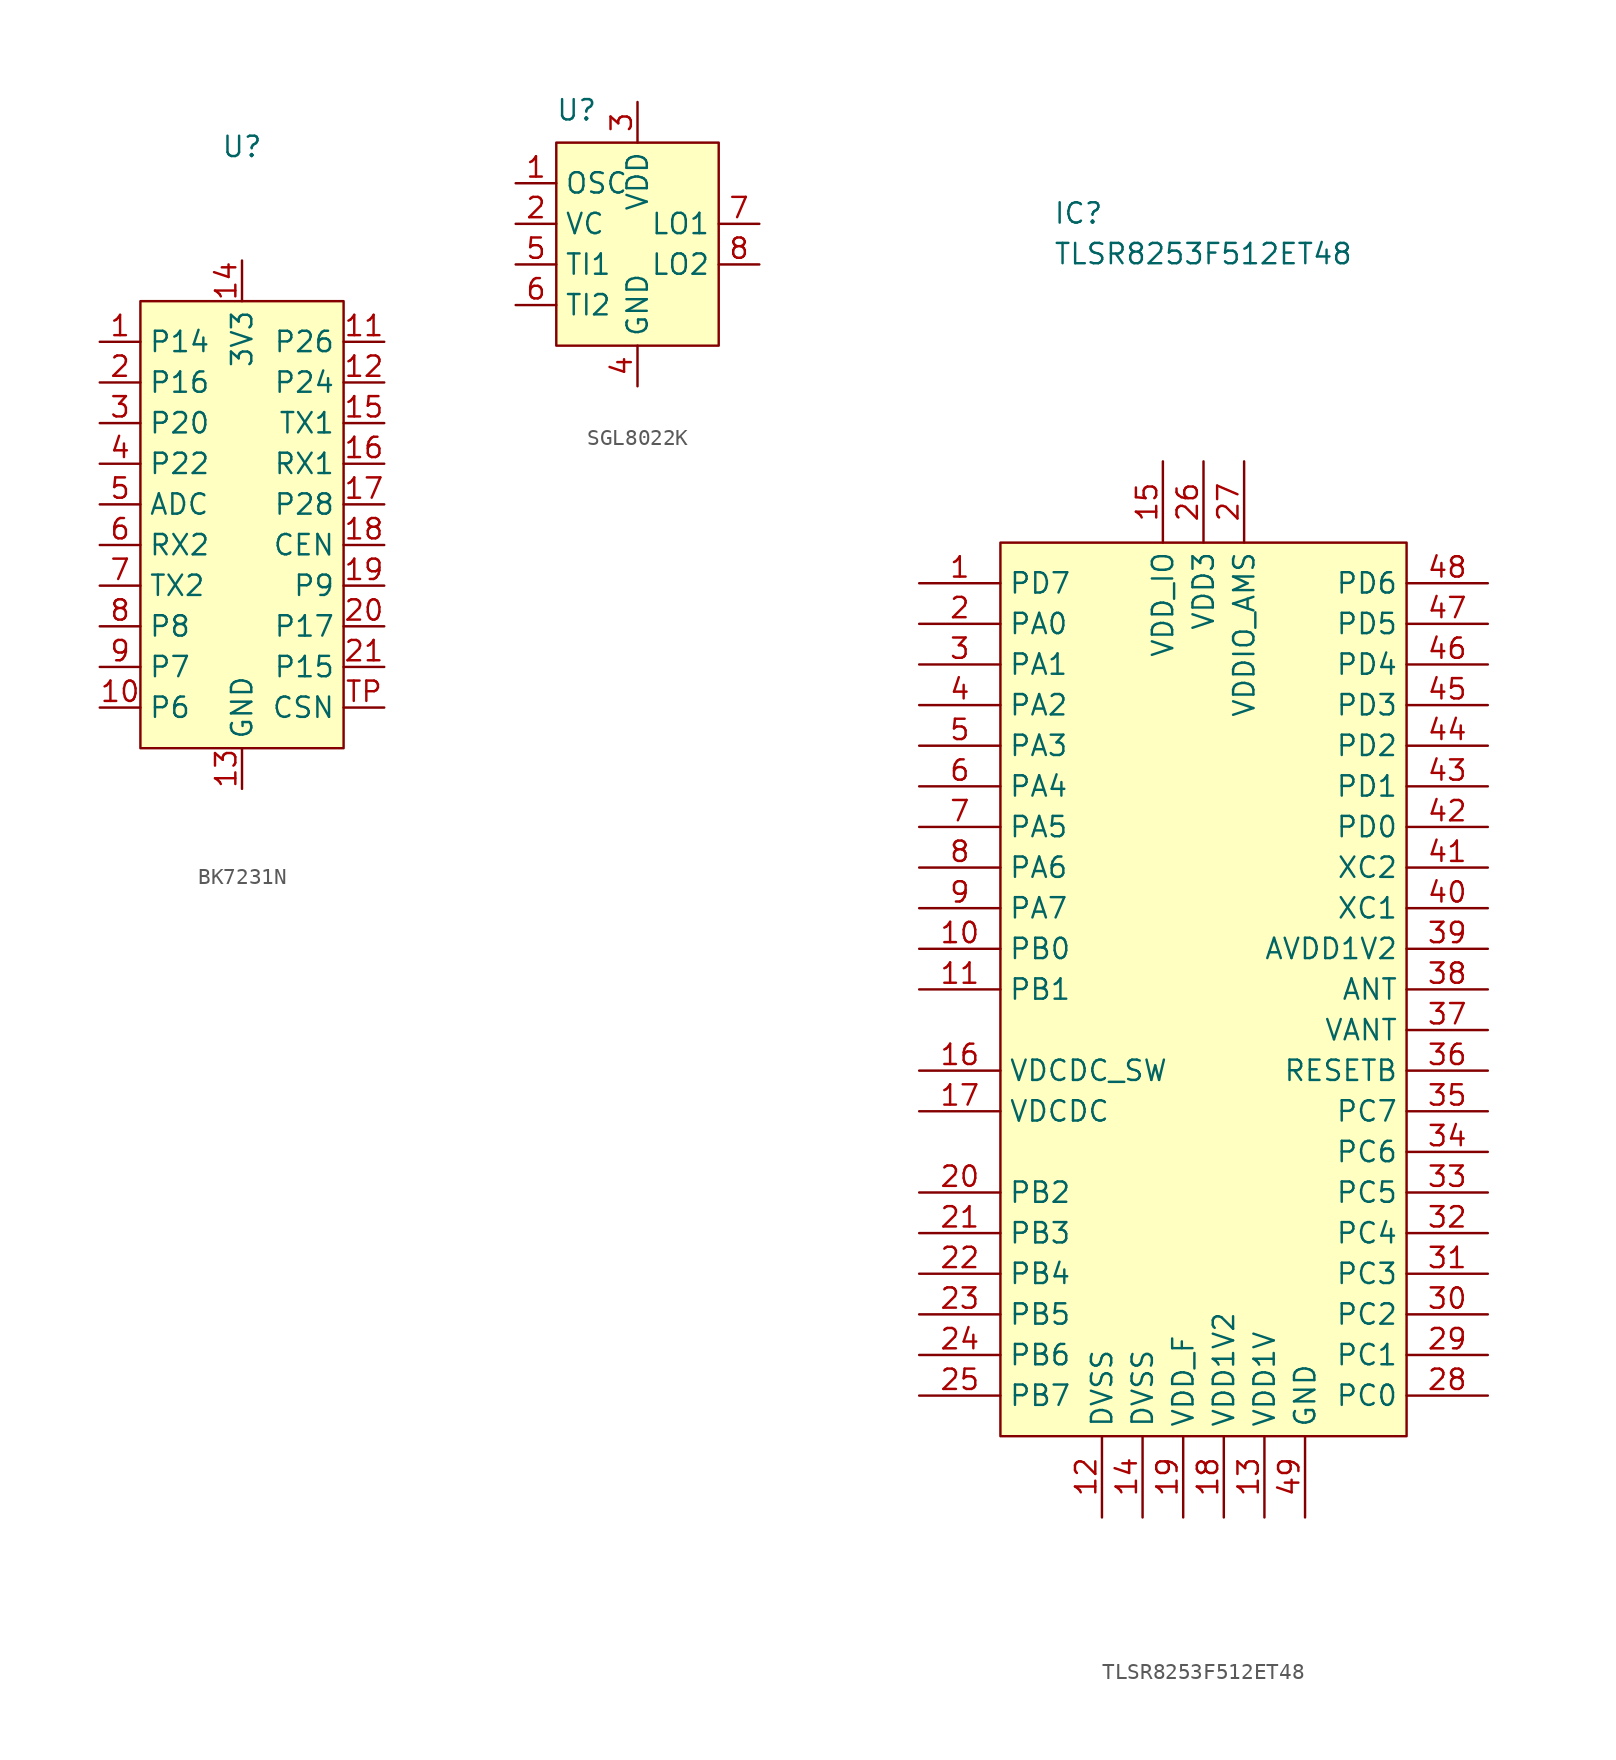
<source format=kicad_sym>
(kicad_symbol_lib
  (version 20231120)
  (generator "kicad_symbol_editor")
  (generator_version "8.0")
  (symbol "BK7231N"
    (property "Reference" "U"
      (at 0 8.382 0)
      (effects (font (size 1.27 1.27))))
    (property "Value" ""
      (at 0 0 0)
      (effects (font (size 1.27 1.27))))
    (symbol "BK7231N_1_1"
      (rectangle (start -6.35 -1.27) (end 6.35 -29.21) (stroke (width 0) (type default)) (fill (type background)))
      (pin bidirectional line (at -8.89 -3.81 0) (length 2.54) (name "P14" (effects (font (size 1.27 1.27)))) (number "1" (effects (font (size 1.27 1.27)))))
      (pin bidirectional line (at -8.89 -26.67 0) (length 2.54) (name "P6" (effects (font (size 1.27 1.27)))) (number "10" (effects (font (size 1.27 1.27)))))
      (pin bidirectional line (at 8.89 -3.81 180) (length 2.54) (name "P26" (effects (font (size 1.27 1.27)))) (number "11" (effects (font (size 1.27 1.27)))))
      (pin bidirectional line (at 8.89 -6.35 180) (length 2.54) (name "P24" (effects (font (size 1.27 1.27)))) (number "12" (effects (font (size 1.27 1.27)))))
      (pin input line (at 0 -31.75 90) (length 2.54) (name "GND" (effects (font (size 1.27 1.27)))) (number "13" (effects (font (size 1.27 1.27)))))
      (pin input line (at 0 1.27 270) (length 2.54) (name "3V3" (effects (font (size 1.27 1.27)))) (number "14" (effects (font (size 1.27 1.27)))))
      (pin bidirectional line (at 8.89 -8.89 180) (length 2.54) (name "TX1" (effects (font (size 1.27 1.27)))) (number "15" (effects (font (size 1.27 1.27)))))
      (pin bidirectional line (at 8.89 -11.43 180) (length 2.54) (name "RX1" (effects (font (size 1.27 1.27)))) (number "16" (effects (font (size 1.27 1.27)))))
      (pin bidirectional line (at 8.89 -13.97 180) (length 2.54) (name "P28" (effects (font (size 1.27 1.27)))) (number "17" (effects (font (size 1.27 1.27)))))
      (pin bidirectional line (at 8.89 -16.51 180) (length 2.54) (name "CEN" (effects (font (size 1.27 1.27)))) (number "18" (effects (font (size 1.27 1.27)))))
      (pin bidirectional line (at 8.89 -19.05 180) (length 2.54) (name "P9" (effects (font (size 1.27 1.27)))) (number "19" (effects (font (size 1.27 1.27)))))
      (pin bidirectional line (at -8.89 -6.35 0) (length 2.54) (name "P16" (effects (font (size 1.27 1.27)))) (number "2" (effects (font (size 1.27 1.27)))))
      (pin bidirectional line (at 8.89 -21.59 180) (length 2.54) (name "P17" (effects (font (size 1.27 1.27)))) (number "20" (effects (font (size 1.27 1.27)))))
      (pin bidirectional line (at 8.89 -24.13 180) (length 2.54) (name "P15" (effects (font (size 1.27 1.27)))) (number "21" (effects (font (size 1.27 1.27)))))
      (pin bidirectional line (at -8.89 -8.89 0) (length 2.54) (name "P20" (effects (font (size 1.27 1.27)))) (number "3" (effects (font (size 1.27 1.27)))))
      (pin bidirectional line (at -8.89 -11.43 0) (length 2.54) (name "P22" (effects (font (size 1.27 1.27)))) (number "4" (effects (font (size 1.27 1.27)))))
      (pin bidirectional line (at -8.89 -13.97 0) (length 2.54) (name "ADC" (effects (font (size 1.27 1.27)))) (number "5" (effects (font (size 1.27 1.27)))))
      (pin bidirectional line (at -8.89 -16.51 0) (length 2.54) (name "RX2" (effects (font (size 1.27 1.27)))) (number "6" (effects (font (size 1.27 1.27)))))
      (pin bidirectional line (at -8.89 -19.05 0) (length 2.54) (name "TX2" (effects (font (size 1.27 1.27)))) (number "7" (effects (font (size 1.27 1.27)))))
      (pin bidirectional line (at -8.89 -21.59 0) (length 2.54) (name "P8" (effects (font (size 1.27 1.27)))) (number "8" (effects (font (size 1.27 1.27)))))
      (pin bidirectional line (at -8.89 -24.13 0) (length 2.54) (name "P7" (effects (font (size 1.27 1.27)))) (number "9" (effects (font (size 1.27 1.27)))))
      (pin bidirectional line (at 8.89 -26.67 180) (length 2.54) (name "CSN" (effects (font (size 1.27 1.27)))) (number "TP" (effects (font (size 1.27 1.27)))))))
  (symbol "SGL8022K"
    (property "Reference" "U"
      (at -3.81 3.302 0)
      (effects (font (size 1.27 1.27))))
    (property "Value" ""
      (at 0 0 0)
      (effects (font (size 1.27 1.27))))
    (symbol "SGL8022K_1_1"
      (rectangle (start -5.08 1.27) (end 5.08 -11.43) (stroke (width 0) (type default)) (fill (type background)))
      (pin input line (at -7.62 -1.27 0) (length 2.54) (name "OSC" (effects (font (size 1.27 1.27)))) (number "1" (effects (font (size 1.27 1.27)))))
      (pin input line (at -7.62 -3.81 0) (length 2.54) (name "VC" (effects (font (size 1.27 1.27)))) (number "2" (effects (font (size 1.27 1.27)))))
      (pin input line (at 0 3.81 270) (length 2.54) (name "VDD" (effects (font (size 1.27 1.27)))) (number "3" (effects (font (size 1.27 1.27)))))
      (pin input line (at 0 -13.97 90) (length 2.54) (name "GND" (effects (font (size 1.27 1.27)))) (number "4" (effects (font (size 1.27 1.27)))))
      (pin input line (at -7.62 -6.35 0) (length 2.54) (name "TI1" (effects (font (size 1.27 1.27)))) (number "5" (effects (font (size 1.27 1.27)))))
      (pin input line (at -7.62 -8.89 0) (length 2.54) (name "TI2" (effects (font (size 1.27 1.27)))) (number "6" (effects (font (size 1.27 1.27)))))
      (pin output line (at 7.62 -3.81 180) (length 2.54) (name "LO1" (effects (font (size 1.27 1.27)))) (number "7" (effects (font (size 1.27 1.27)))))
      (pin output line (at 7.62 -6.35 180) (length 2.54) (name "LO2" (effects (font (size 1.27 1.27)))) (number "8" (effects (font (size 1.27 1.27)))))))
  (symbol "TLSR8253F512ET48"
    (property "Reference" "IC"
      (at -9.398 21.336 0)
      (effects (font (size 1.27 1.27)) (justify left top)))
    (property "Value" "TLSR8253F512ET48"
      (at -9.398 18.796 0)
      (effects (font (size 1.27 1.27)) (justify left top)))
    (symbol "TLSR8253F512ET48_1_1"
      (rectangle (start -12.7 0) (end 12.7 -55.88) (stroke (width 0) (type default)) (fill (type background)))
      (pin passive line (at -17.78 -2.54 0) (length 5.08) (name "PD7" (effects (font (size 1.27 1.27)))) (number "1" (effects (font (size 1.27 1.27)))))
      (pin passive line (at -17.78 -25.4 0) (length 5.08) (name "PB0" (effects (font (size 1.27 1.27)))) (number "10" (effects (font (size 1.27 1.27)))))
      (pin passive line (at -17.78 -27.94 0) (length 5.08) (name "PB1" (effects (font (size 1.27 1.27)))) (number "11" (effects (font (size 1.27 1.27)))))
      (pin passive line (at -6.35 -60.96 90) (length 5.08) (name "DVSS" (effects (font (size 1.27 1.27)))) (number "12" (effects (font (size 1.27 1.27)))))
      (pin passive line (at 3.81 -60.96 90) (length 5.08) (name "VDD1V" (effects (font (size 1.27 1.27)))) (number "13" (effects (font (size 1.27 1.27)))))
      (pin passive line (at -3.81 -60.96 90) (length 5.08) (name "DVSS" (effects (font (size 1.27 1.27)))) (number "14" (effects (font (size 1.27 1.27)))))
      (pin passive line (at -2.54 5.08 270) (length 5.08) (name "VDD_IO" (effects (font (size 1.27 1.27)))) (number "15" (effects (font (size 1.27 1.27)))))
      (pin passive line (at -17.78 -33.02 0) (length 5.08) (name "VDCDC_SW" (effects (font (size 1.27 1.27)))) (number "16" (effects (font (size 1.27 1.27)))))
      (pin passive line (at -17.78 -35.56 0) (length 5.08) (name "VDCDC" (effects (font (size 1.27 1.27)))) (number "17" (effects (font (size 1.27 1.27)))))
      (pin passive line (at 1.27 -60.96 90) (length 5.08) (name "VDD1V2" (effects (font (size 1.27 1.27)))) (number "18" (effects (font (size 1.27 1.27)))))
      (pin passive line (at -1.27 -60.96 90) (length 5.08) (name "VDD_F" (effects (font (size 1.27 1.27)))) (number "19" (effects (font (size 1.27 1.27)))))
      (pin passive line (at -17.78 -5.08 0) (length 5.08) (name "PA0" (effects (font (size 1.27 1.27)))) (number "2" (effects (font (size 1.27 1.27)))))
      (pin passive line (at -17.78 -40.64 0) (length 5.08) (name "PB2" (effects (font (size 1.27 1.27)))) (number "20" (effects (font (size 1.27 1.27)))))
      (pin passive line (at -17.78 -43.18 0) (length 5.08) (name "PB3" (effects (font (size 1.27 1.27)))) (number "21" (effects (font (size 1.27 1.27)))))
      (pin passive line (at -17.78 -45.72 0) (length 5.08) (name "PB4" (effects (font (size 1.27 1.27)))) (number "22" (effects (font (size 1.27 1.27)))))
      (pin passive line (at -17.78 -48.26 0) (length 5.08) (name "PB5" (effects (font (size 1.27 1.27)))) (number "23" (effects (font (size 1.27 1.27)))))
      (pin passive line (at -17.78 -50.8 0) (length 5.08) (name "PB6" (effects (font (size 1.27 1.27)))) (number "24" (effects (font (size 1.27 1.27)))))
      (pin passive line (at -17.78 -53.34 0) (length 5.08) (name "PB7" (effects (font (size 1.27 1.27)))) (number "25" (effects (font (size 1.27 1.27)))))
      (pin passive line (at 0 5.08 270) (length 5.08) (name "VDD3" (effects (font (size 1.27 1.27)))) (number "26" (effects (font (size 1.27 1.27)))))
      (pin passive line (at 2.54 5.08 270) (length 5.08) (name "VDDIO_AMS" (effects (font (size 1.27 1.27)))) (number "27" (effects (font (size 1.27 1.27)))))
      (pin passive line (at 17.78 -53.34 180) (length 5.08) (name "PC0" (effects (font (size 1.27 1.27)))) (number "28" (effects (font (size 1.27 1.27)))))
      (pin passive line (at 17.78 -50.8 180) (length 5.08) (name "PC1" (effects (font (size 1.27 1.27)))) (number "29" (effects (font (size 1.27 1.27)))))
      (pin passive line (at -17.78 -7.62 0) (length 5.08) (name "PA1" (effects (font (size 1.27 1.27)))) (number "3" (effects (font (size 1.27 1.27)))))
      (pin passive line (at 17.78 -48.26 180) (length 5.08) (name "PC2" (effects (font (size 1.27 1.27)))) (number "30" (effects (font (size 1.27 1.27)))))
      (pin passive line (at 17.78 -45.72 180) (length 5.08) (name "PC3" (effects (font (size 1.27 1.27)))) (number "31" (effects (font (size 1.27 1.27)))))
      (pin passive line (at 17.78 -43.18 180) (length 5.08) (name "PC4" (effects (font (size 1.27 1.27)))) (number "32" (effects (font (size 1.27 1.27)))))
      (pin passive line (at 17.78 -40.64 180) (length 5.08) (name "PC5" (effects (font (size 1.27 1.27)))) (number "33" (effects (font (size 1.27 1.27)))))
      (pin passive line (at 17.78 -38.1 180) (length 5.08) (name "PC6" (effects (font (size 1.27 1.27)))) (number "34" (effects (font (size 1.27 1.27)))))
      (pin passive line (at 17.78 -35.56 180) (length 5.08) (name "PC7" (effects (font (size 1.27 1.27)))) (number "35" (effects (font (size 1.27 1.27)))))
      (pin passive line (at 17.78 -33.02 180) (length 5.08) (name "RESETB" (effects (font (size 1.27 1.27)))) (number "36" (effects (font (size 1.27 1.27)))))
      (pin passive line (at 17.78 -30.48 180) (length 5.08) (name "VANT" (effects (font (size 1.27 1.27)))) (number "37" (effects (font (size 1.27 1.27)))))
      (pin passive line (at 17.78 -27.94 180) (length 5.08) (name "ANT" (effects (font (size 1.27 1.27)))) (number "38" (effects (font (size 1.27 1.27)))))
      (pin passive line (at 17.78 -25.4 180) (length 5.08) (name "AVDD1V2" (effects (font (size 1.27 1.27)))) (number "39" (effects (font (size 1.27 1.27)))))
      (pin passive line (at -17.78 -10.16 0) (length 5.08) (name "PA2" (effects (font (size 1.27 1.27)))) (number "4" (effects (font (size 1.27 1.27)))))
      (pin passive line (at 17.78 -22.86 180) (length 5.08) (name "XC1" (effects (font (size 1.27 1.27)))) (number "40" (effects (font (size 1.27 1.27)))))
      (pin passive line (at 17.78 -20.32 180) (length 5.08) (name "XC2" (effects (font (size 1.27 1.27)))) (number "41" (effects (font (size 1.27 1.27)))))
      (pin passive line (at 17.78 -17.78 180) (length 5.08) (name "PD0" (effects (font (size 1.27 1.27)))) (number "42" (effects (font (size 1.27 1.27)))))
      (pin passive line (at 17.78 -15.24 180) (length 5.08) (name "PD1" (effects (font (size 1.27 1.27)))) (number "43" (effects (font (size 1.27 1.27)))))
      (pin passive line (at 17.78 -12.7 180) (length 5.08) (name "PD2" (effects (font (size 1.27 1.27)))) (number "44" (effects (font (size 1.27 1.27)))))
      (pin passive line (at 17.78 -10.16 180) (length 5.08) (name "PD3" (effects (font (size 1.27 1.27)))) (number "45" (effects (font (size 1.27 1.27)))))
      (pin passive line (at 17.78 -7.62 180) (length 5.08) (name "PD4" (effects (font (size 1.27 1.27)))) (number "46" (effects (font (size 1.27 1.27)))))
      (pin passive line (at 17.78 -5.08 180) (length 5.08) (name "PD5" (effects (font (size 1.27 1.27)))) (number "47" (effects (font (size 1.27 1.27)))))
      (pin passive line (at 17.78 -2.54 180) (length 5.08) (name "PD6" (effects (font (size 1.27 1.27)))) (number "48" (effects (font (size 1.27 1.27)))))
      (pin passive line (at 6.35 -60.96 90) (length 5.08) (name "GND" (effects (font (size 1.27 1.27)))) (number "49" (effects (font (size 1.27 1.27)))))
      (pin passive line (at -17.78 -12.7 0) (length 5.08) (name "PA3" (effects (font (size 1.27 1.27)))) (number "5" (effects (font (size 1.27 1.27)))))
      (pin passive line (at -17.78 -15.24 0) (length 5.08) (name "PA4" (effects (font (size 1.27 1.27)))) (number "6" (effects (font (size 1.27 1.27)))))
      (pin passive line (at -17.78 -17.78 0) (length 5.08) (name "PA5" (effects (font (size 1.27 1.27)))) (number "7" (effects (font (size 1.27 1.27)))))
      (pin passive line (at -17.78 -20.32 0) (length 5.08) (name "PA6" (effects (font (size 1.27 1.27)))) (number "8" (effects (font (size 1.27 1.27)))))
      (pin passive line (at -17.78 -22.86 0) (length 5.08) (name "PA7" (effects (font (size 1.27 1.27)))) (number "9" (effects (font (size 1.27 1.27))))))))
</source>
